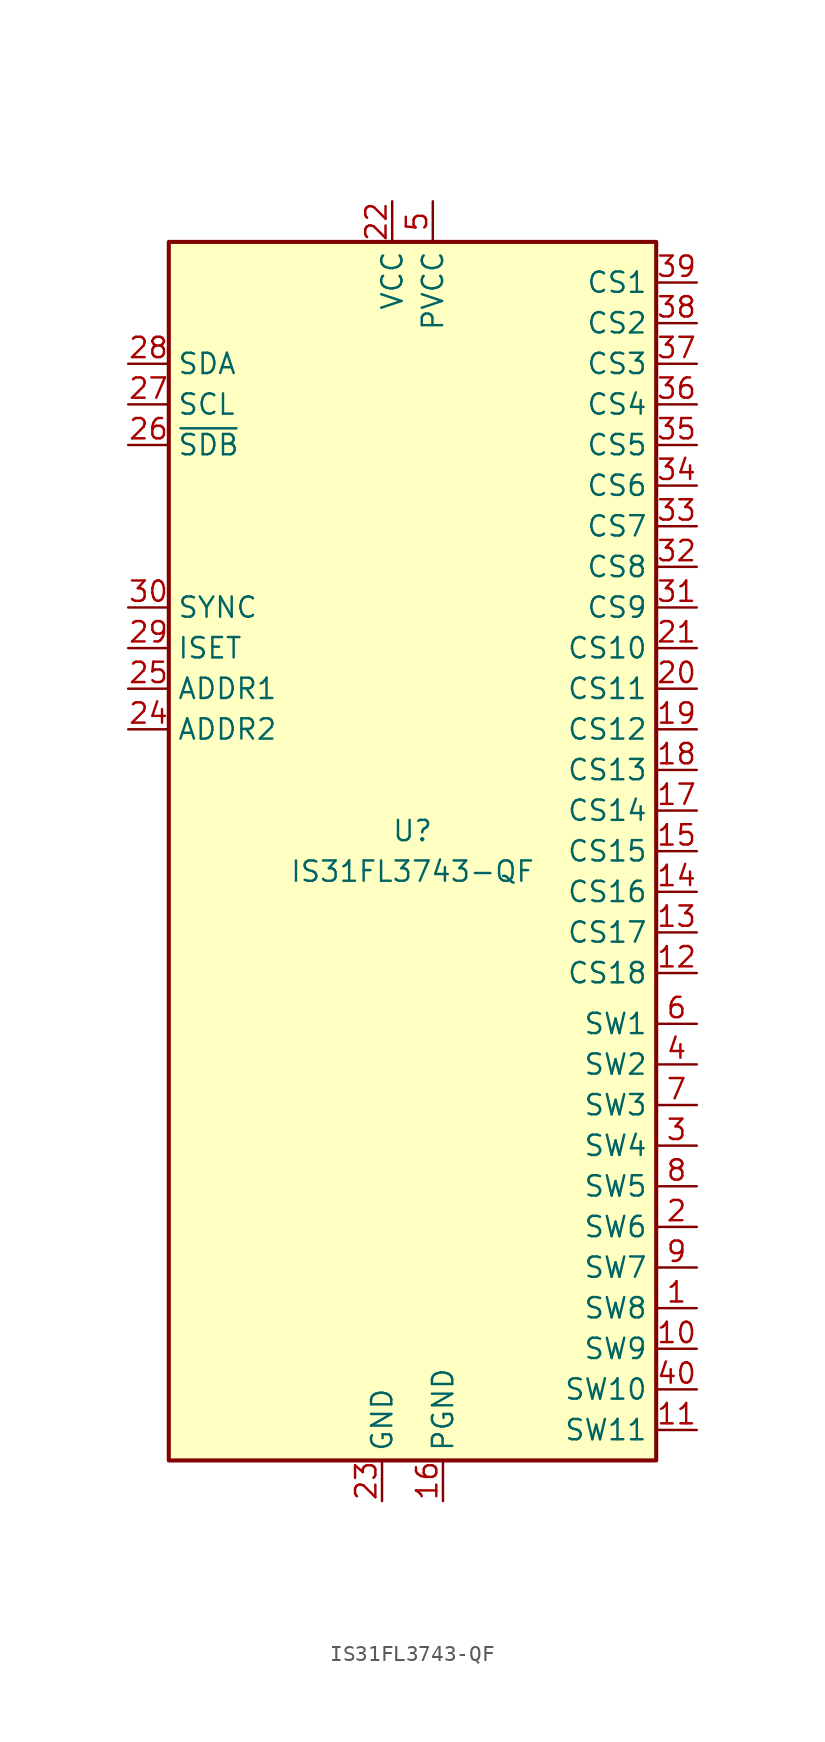
<source format=kicad_sym>
(kicad_symbol_lib
  (version 20211014)
  (generator kicad_symbol_editor)
  (symbol "IS31FL3743-QF"
    (property "Reference" "U"
      (at 0 1.27 0)
      (effects (font (size 1.27 1.27))))
    (property "Value" "IS31FL3743-QF"
      (at 0 -1.27 0)
      (effects (font (size 1.27 1.27))))
    (symbol "IS31FL3743-QF_0_1"
      (rectangle (start -15.24 38.1) (end 15.24 -38.1) (stroke (width 0.254) (type default) (color 0 0 0 0)) (fill (type background))))
    (symbol "IS31FL3743-QF_1_1"
      (pin input line (at 17.78 -28.575 180) (length 2.54) (name "SW8" (effects (font (size 1.27 1.27)))) (number "1" (effects (font (size 1.27 1.27)))))
      (pin input line (at 17.78 -31.115 180) (length 2.54) (name "SW9" (effects (font (size 1.27 1.27)))) (number "10" (effects (font (size 1.27 1.27)))))
      (pin input line (at 17.78 -36.195 180) (length 2.54) (name "SW11" (effects (font (size 1.27 1.27)))) (number "11" (effects (font (size 1.27 1.27)))))
      (pin output line (at 17.78 -7.62 180) (length 2.54) (name "CS18" (effects (font (size 1.27 1.27)))) (number "12" (effects (font (size 1.27 1.27)))))
      (pin output line (at 17.78 -5.08 180) (length 2.54) (name "CS17" (effects (font (size 1.27 1.27)))) (number "13" (effects (font (size 1.27 1.27)))))
      (pin output line (at 17.78 -2.54 180) (length 2.54) (name "CS16" (effects (font (size 1.27 1.27)))) (number "14" (effects (font (size 1.27 1.27)))))
      (pin output line (at 17.78 0 180) (length 2.54) (name "CS15" (effects (font (size 1.27 1.27)))) (number "15" (effects (font (size 1.27 1.27)))))
      (pin power_in line (at 1.905 -40.64 90) (length 2.54) (name "PGND" (effects (font (size 1.27 1.27)))) (number "16" (effects (font (size 1.27 1.27)))))
      (pin output line (at 17.78 2.54 180) (length 2.54) (name "CS14" (effects (font (size 1.27 1.27)))) (number "17" (effects (font (size 1.27 1.27)))))
      (pin output line (at 17.78 5.08 180) (length 2.54) (name "CS13" (effects (font (size 1.27 1.27)))) (number "18" (effects (font (size 1.27 1.27)))))
      (pin output line (at 17.78 7.62 180) (length 2.54) (name "CS12" (effects (font (size 1.27 1.27)))) (number "19" (effects (font (size 1.27 1.27)))))
      (pin input line (at 17.78 -23.495 180) (length 2.54) (name "SW6" (effects (font (size 1.27 1.27)))) (number "2" (effects (font (size 1.27 1.27)))))
      (pin output line (at 17.78 10.16 180) (length 2.54) (name "CS11" (effects (font (size 1.27 1.27)))) (number "20" (effects (font (size 1.27 1.27)))))
      (pin output line (at 17.78 12.7 180) (length 2.54) (name "CS10" (effects (font (size 1.27 1.27)))) (number "21" (effects (font (size 1.27 1.27)))))
      (pin power_in line (at -1.27 40.64 270) (length 2.54) (name "VCC" (effects (font (size 1.27 1.27)))) (number "22" (effects (font (size 1.27 1.27)))))
      (pin power_in line (at -1.905 -40.64 90) (length 2.54) (name "GND" (effects (font (size 1.27 1.27)))) (number "23" (effects (font (size 1.27 1.27)))))
      (pin input line (at -17.78 7.62 0) (length 2.54) (name "ADDR2" (effects (font (size 1.27 1.27)))) (number "24" (effects (font (size 1.27 1.27)))))
      (pin input line (at -17.78 10.16 0) (length 2.54) (name "ADDR1" (effects (font (size 1.27 1.27)))) (number "25" (effects (font (size 1.27 1.27)))))
      (pin input line (at -17.78 25.4 0) (length 2.54) (name "~{SDB}" (effects (font (size 1.27 1.27)))) (number "26" (effects (font (size 1.27 1.27)))))
      (pin input line (at -17.78 27.94 0) (length 2.54) (name "SCL" (effects (font (size 1.27 1.27)))) (number "27" (effects (font (size 1.27 1.27)))))
      (pin bidirectional line (at -17.78 30.48 0) (length 2.54) (name "SDA" (effects (font (size 1.27 1.27)))) (number "28" (effects (font (size 1.27 1.27)))))
      (pin passive line (at -17.78 12.7 0) (length 2.54) (name "ISET" (effects (font (size 1.27 1.27)))) (number "29" (effects (font (size 1.27 1.27)))))
      (pin input line (at 17.78 -18.415 180) (length 2.54) (name "SW4" (effects (font (size 1.27 1.27)))) (number "3" (effects (font (size 1.27 1.27)))))
      (pin bidirectional line (at -17.78 15.24 0) (length 2.54) (name "SYNC" (effects (font (size 1.27 1.27)))) (number "30" (effects (font (size 1.27 1.27)))))
      (pin output line (at 17.78 15.24 180) (length 2.54) (name "CS9" (effects (font (size 1.27 1.27)))) (number "31" (effects (font (size 1.27 1.27)))))
      (pin output line (at 17.78 17.78 180) (length 2.54) (name "CS8" (effects (font (size 1.27 1.27)))) (number "32" (effects (font (size 1.27 1.27)))))
      (pin output line (at 17.78 20.32 180) (length 2.54) (name "CS7" (effects (font (size 1.27 1.27)))) (number "33" (effects (font (size 1.27 1.27)))))
      (pin output line (at 17.78 22.86 180) (length 2.54) (name "CS6" (effects (font (size 1.27 1.27)))) (number "34" (effects (font (size 1.27 1.27)))))
      (pin output line (at 17.78 25.4 180) (length 2.54) (name "CS5" (effects (font (size 1.27 1.27)))) (number "35" (effects (font (size 1.27 1.27)))))
      (pin output line (at 17.78 27.94 180) (length 2.54) (name "CS4" (effects (font (size 1.27 1.27)))) (number "36" (effects (font (size 1.27 1.27)))))
      (pin output line (at 17.78 30.48 180) (length 2.54) (name "CS3" (effects (font (size 1.27 1.27)))) (number "37" (effects (font (size 1.27 1.27)))))
      (pin output line (at 17.78 33.02 180) (length 2.54) (name "CS2" (effects (font (size 1.27 1.27)))) (number "38" (effects (font (size 1.27 1.27)))))
      (pin output line (at 17.78 35.56 180) (length 2.54) (name "CS1" (effects (font (size 1.27 1.27)))) (number "39" (effects (font (size 1.27 1.27)))))
      (pin input line (at 17.78 -13.335 180) (length 2.54) (name "SW2" (effects (font (size 1.27 1.27)))) (number "4" (effects (font (size 1.27 1.27)))))
      (pin input line (at 17.78 -33.655 180) (length 2.54) (name "SW10" (effects (font (size 1.27 1.27)))) (number "40" (effects (font (size 1.27 1.27)))))
      (pin power_in line (at 1.27 40.64 270) (length 2.54) (name "PVCC" (effects (font (size 1.27 1.27)))) (number "5" (effects (font (size 1.27 1.27)))))
      (pin input line (at 17.78 -10.795 180) (length 2.54) (name "SW1" (effects (font (size 1.27 1.27)))) (number "6" (effects (font (size 1.27 1.27)))))
      (pin input line (at 17.78 -15.875 180) (length 2.54) (name "SW3" (effects (font (size 1.27 1.27)))) (number "7" (effects (font (size 1.27 1.27)))))
      (pin input line (at 17.78 -20.955 180) (length 2.54) (name "SW5" (effects (font (size 1.27 1.27)))) (number "8" (effects (font (size 1.27 1.27)))))
      (pin input line (at 17.78 -26.035 180) (length 2.54) (name "SW7" (effects (font (size 1.27 1.27)))) (number "9" (effects (font (size 1.27 1.27))))))))
</source>
